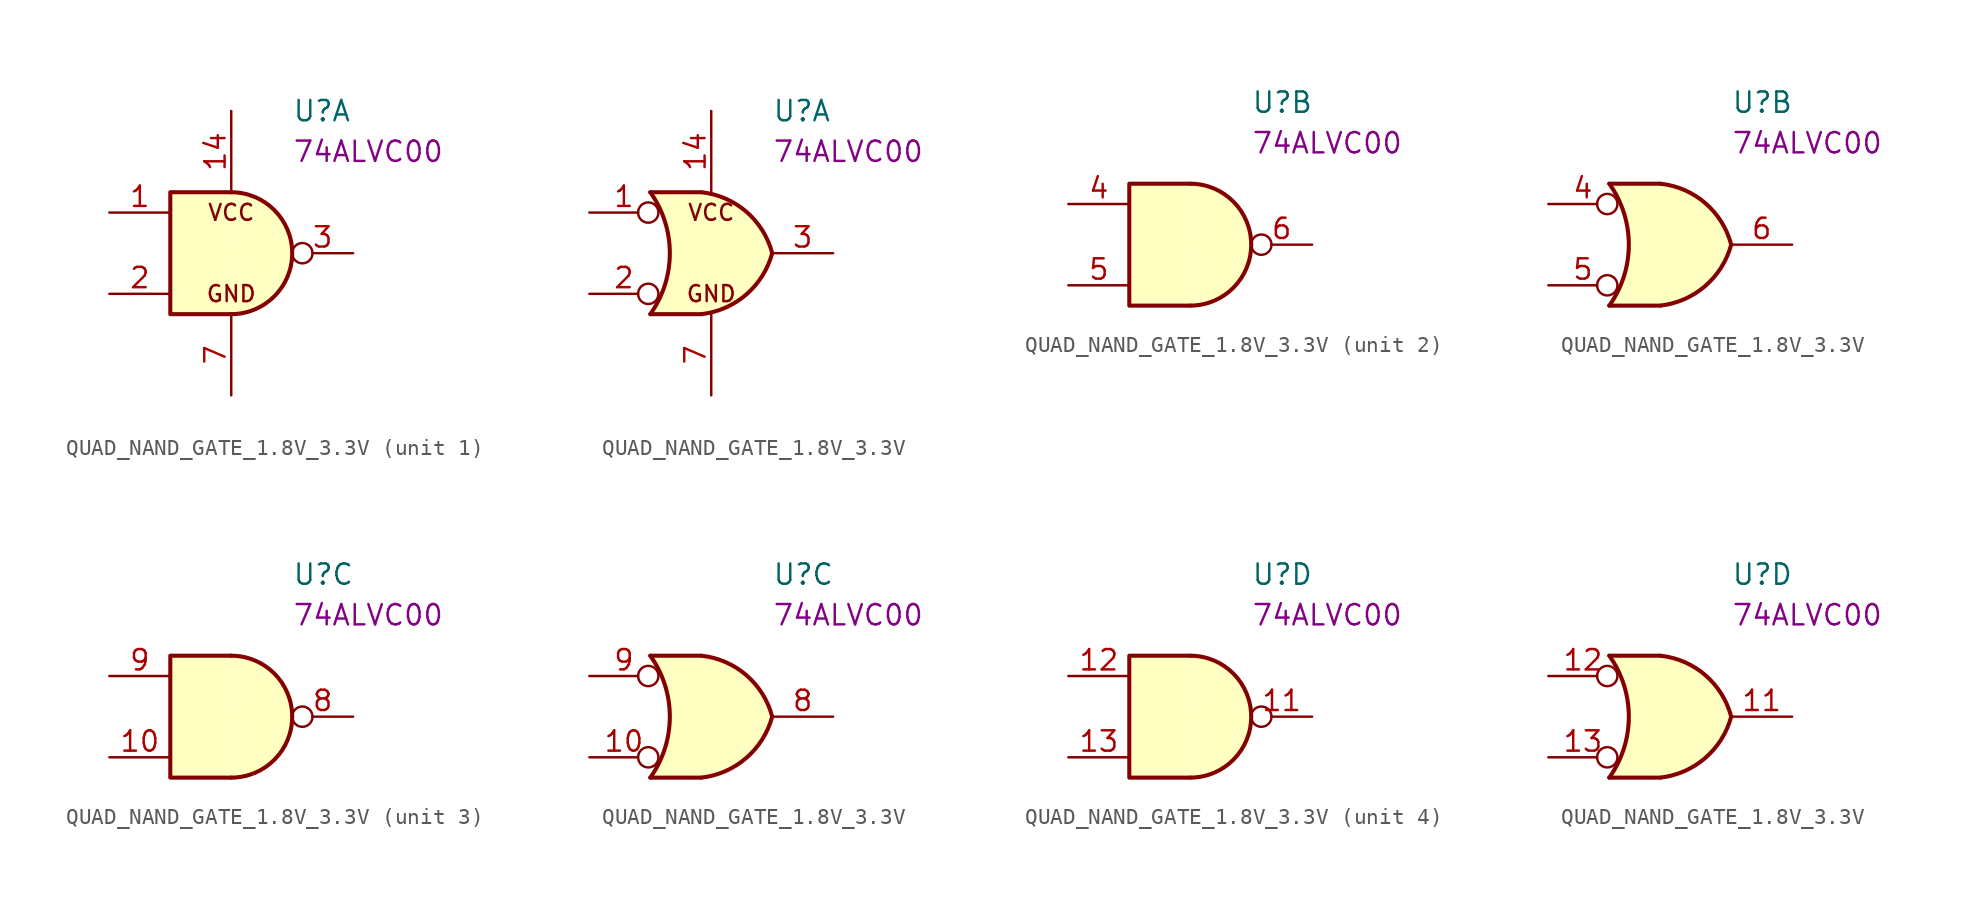
<source format=kicad_sym>
(kicad_symbol_lib
  (version 20211014)
  (generator kicad_symbol_editor)
  (symbol "QUAD_NAND_GATE_1.8V_3.3V"
    (pin_names
      (offset 1.016))
    (property "Reference" "U"
      (at 3.81 8.89 0)
      (effects (font (size 1.27 1.27)) (justify left)))
    (property "Displayed Value" "74ALVC00"
      (at 3.81 6.35 0)
      (effects (font (size 1.27 1.27)) (justify left)))
    (property "ki_locked" ""
      (at 0 0 0)
      (effects (font (size 1.27 1.27))))
    (symbol "QUAD_NAND_GATE_1.8V_3.3V_1_0"
      (text "GND" (at 0 -2.54 0) (effects (font (size 1 1))))
      (text "VCC" (at 0 2.54 0) (effects (font (size 1 1))))
      (pin power_in line (at 0 8.89 270) (length 5.08) (name "~" (effects (font (size 1.27 1.27)))) (number "14" (effects (font (size 1.27 1.27)))))
      (pin power_in line (at 0 -8.89 90) (length 5.08) (name "~" (effects (font (size 1.27 1.27)))) (number "7" (effects (font (size 1.27 1.27))))))
    (symbol "QUAD_NAND_GATE_1.8V_3.3V_1_1"
      (arc (start 0 -3.81) (mid 3.81 0) (end 0 3.81) (stroke (width 0.254) (type default) (color 0 0 0 0)) (fill (type background)))
      (polyline (pts (xy 0 3.81) (xy -3.81 3.81) (xy -3.81 -3.81) (xy 0 -3.81)) (stroke (width 0.254) (type default) (color 0 0 0 0)) (fill (type background)))
      (pin input line (at -7.62 2.54 0) (length 3.81) (name "~" (effects (font (size 1.27 1.27)))) (number "1" (effects (font (size 1.27 1.27)))))
      (pin input line (at -7.62 -2.54 0) (length 3.81) (name "~" (effects (font (size 1.27 1.27)))) (number "2" (effects (font (size 1.27 1.27)))))
      (pin output inverted (at 7.62 0 180) (length 3.81) (name "~" (effects (font (size 1.27 1.27)))) (number "3" (effects (font (size 1.27 1.27))))))
    (symbol "QUAD_NAND_GATE_1.8V_3.3V_1_2"
      (arc (start -3.81 -3.81) (mid -2.589 0) (end -3.81 3.81) (stroke (width 0.254) (type default) (color 0 0 0 0)) (fill (type none)))
      (arc (start -0.6096 -3.81) (mid 2.1842 -2.5851) (end 3.81 0) (stroke (width 0.254) (type default) (color 0 0 0 0)) (fill (type background)))
      (polyline (pts (xy -3.81 -3.81) (xy -0.635 -3.81)) (stroke (width 0.254) (type default) (color 0 0 0 0)) (fill (type background)))
      (polyline (pts (xy -3.81 3.81) (xy -0.635 3.81)) (stroke (width 0.254) (type default) (color 0 0 0 0)) (fill (type background)))
      (polyline (pts (xy -0.635 3.81) (xy -3.81 3.81) (xy -3.81 3.81) (xy -3.556 3.404) (xy -3.023 2.261) (xy -2.692 1.041) (xy -2.616 -0.254) (xy -2.769 -1.499) (xy -3.175 -2.718) (xy -3.81 -3.81) (xy -3.81 -3.81) (xy -0.635 -3.81)) (stroke (width -25.4) (type default) (color 0 0 0 0)) (fill (type background)))
      (arc (start 3.81 0) (mid 2.1915 2.5936) (end -0.6096 3.81) (stroke (width 0.254) (type default) (color 0 0 0 0)) (fill (type background)))
      (pin input inverted (at -7.62 2.54 0) (length 4.318) (name "~" (effects (font (size 1.27 1.27)))) (number "1" (effects (font (size 1.27 1.27)))))
      (pin input inverted (at -7.62 -2.54 0) (length 4.318) (name "~" (effects (font (size 1.27 1.27)))) (number "2" (effects (font (size 1.27 1.27)))))
      (pin output line (at 7.62 0 180) (length 3.81) (name "~" (effects (font (size 1.27 1.27)))) (number "3" (effects (font (size 1.27 1.27))))))
    (symbol "QUAD_NAND_GATE_1.8V_3.3V_2_1"
      (arc (start 0 -3.81) (mid 3.81 0) (end 0 3.81) (stroke (width 0.254) (type default) (color 0 0 0 0)) (fill (type background)))
      (polyline (pts (xy 0 3.81) (xy -3.81 3.81) (xy -3.81 -3.81) (xy 0 -3.81)) (stroke (width 0.254) (type default) (color 0 0 0 0)) (fill (type background)))
      (pin input line (at -7.62 2.54 0) (length 3.81) (name "~" (effects (font (size 1.27 1.27)))) (number "4" (effects (font (size 1.27 1.27)))))
      (pin input line (at -7.62 -2.54 0) (length 3.81) (name "~" (effects (font (size 1.27 1.27)))) (number "5" (effects (font (size 1.27 1.27)))))
      (pin output inverted (at 7.62 0 180) (length 3.81) (name "~" (effects (font (size 1.27 1.27)))) (number "6" (effects (font (size 1.27 1.27))))))
    (symbol "QUAD_NAND_GATE_1.8V_3.3V_2_2"
      (arc (start -3.81 -3.81) (mid -2.589 0) (end -3.81 3.81) (stroke (width 0.254) (type default) (color 0 0 0 0)) (fill (type none)))
      (arc (start -0.6096 -3.81) (mid 2.1842 -2.5851) (end 3.81 0) (stroke (width 0.254) (type default) (color 0 0 0 0)) (fill (type background)))
      (polyline (pts (xy -3.81 -3.81) (xy -0.635 -3.81)) (stroke (width 0.254) (type default) (color 0 0 0 0)) (fill (type background)))
      (polyline (pts (xy -3.81 3.81) (xy -0.635 3.81)) (stroke (width 0.254) (type default) (color 0 0 0 0)) (fill (type background)))
      (polyline (pts (xy -0.635 3.81) (xy -3.81 3.81) (xy -3.81 3.81) (xy -3.556 3.404) (xy -3.023 2.261) (xy -2.692 1.041) (xy -2.616 -0.254) (xy -2.769 -1.499) (xy -3.175 -2.718) (xy -3.81 -3.81) (xy -3.81 -3.81) (xy -0.635 -3.81)) (stroke (width -25.4) (type default) (color 0 0 0 0)) (fill (type background)))
      (arc (start 3.81 0) (mid 2.1915 2.5936) (end -0.6096 3.81) (stroke (width 0.254) (type default) (color 0 0 0 0)) (fill (type background)))
      (pin input inverted (at -7.62 2.54 0) (length 4.318) (name "~" (effects (font (size 1.27 1.27)))) (number "4" (effects (font (size 1.27 1.27)))))
      (pin input inverted (at -7.62 -2.54 0) (length 4.318) (name "~" (effects (font (size 1.27 1.27)))) (number "5" (effects (font (size 1.27 1.27)))))
      (pin output line (at 7.62 0 180) (length 3.81) (name "~" (effects (font (size 1.27 1.27)))) (number "6" (effects (font (size 1.27 1.27))))))
    (symbol "QUAD_NAND_GATE_1.8V_3.3V_3_1"
      (arc (start 0 -3.81) (mid 3.81 0) (end 0 3.81) (stroke (width 0.254) (type default) (color 0 0 0 0)) (fill (type background)))
      (polyline (pts (xy 0 3.81) (xy -3.81 3.81) (xy -3.81 -3.81) (xy 0 -3.81)) (stroke (width 0.254) (type default) (color 0 0 0 0)) (fill (type background)))
      (pin input line (at -7.62 -2.54 0) (length 3.81) (name "~" (effects (font (size 1.27 1.27)))) (number "10" (effects (font (size 1.27 1.27)))))
      (pin output inverted (at 7.62 0 180) (length 3.81) (name "~" (effects (font (size 1.27 1.27)))) (number "8" (effects (font (size 1.27 1.27)))))
      (pin input line (at -7.62 2.54 0) (length 3.81) (name "~" (effects (font (size 1.27 1.27)))) (number "9" (effects (font (size 1.27 1.27))))))
    (symbol "QUAD_NAND_GATE_1.8V_3.3V_3_2"
      (arc (start -3.81 -3.81) (mid -2.589 0) (end -3.81 3.81) (stroke (width 0.254) (type default) (color 0 0 0 0)) (fill (type none)))
      (arc (start -0.6096 -3.81) (mid 2.1842 -2.5851) (end 3.81 0) (stroke (width 0.254) (type default) (color 0 0 0 0)) (fill (type background)))
      (polyline (pts (xy -3.81 -3.81) (xy -0.635 -3.81)) (stroke (width 0.254) (type default) (color 0 0 0 0)) (fill (type background)))
      (polyline (pts (xy -3.81 3.81) (xy -0.635 3.81)) (stroke (width 0.254) (type default) (color 0 0 0 0)) (fill (type background)))
      (polyline (pts (xy -0.635 3.81) (xy -3.81 3.81) (xy -3.81 3.81) (xy -3.556 3.404) (xy -3.023 2.261) (xy -2.692 1.041) (xy -2.616 -0.254) (xy -2.769 -1.499) (xy -3.175 -2.718) (xy -3.81 -3.81) (xy -3.81 -3.81) (xy -0.635 -3.81)) (stroke (width -25.4) (type default) (color 0 0 0 0)) (fill (type background)))
      (arc (start 3.81 0) (mid 2.1915 2.5936) (end -0.6096 3.81) (stroke (width 0.254) (type default) (color 0 0 0 0)) (fill (type background)))
      (pin input inverted (at -7.62 -2.54 0) (length 4.318) (name "~" (effects (font (size 1.27 1.27)))) (number "10" (effects (font (size 1.27 1.27)))))
      (pin output line (at 7.62 0 180) (length 3.81) (name "~" (effects (font (size 1.27 1.27)))) (number "8" (effects (font (size 1.27 1.27)))))
      (pin input inverted (at -7.62 2.54 0) (length 4.318) (name "~" (effects (font (size 1.27 1.27)))) (number "9" (effects (font (size 1.27 1.27))))))
    (symbol "QUAD_NAND_GATE_1.8V_3.3V_4_1"
      (arc (start 0 -3.81) (mid 3.81 0) (end 0 3.81) (stroke (width 0.254) (type default) (color 0 0 0 0)) (fill (type background)))
      (polyline (pts (xy 0 3.81) (xy -3.81 3.81) (xy -3.81 -3.81) (xy 0 -3.81)) (stroke (width 0.254) (type default) (color 0 0 0 0)) (fill (type background)))
      (pin output inverted (at 7.62 0 180) (length 3.81) (name "~" (effects (font (size 1.27 1.27)))) (number "11" (effects (font (size 1.27 1.27)))))
      (pin input line (at -7.62 2.54 0) (length 3.81) (name "~" (effects (font (size 1.27 1.27)))) (number "12" (effects (font (size 1.27 1.27)))))
      (pin input line (at -7.62 -2.54 0) (length 3.81) (name "~" (effects (font (size 1.27 1.27)))) (number "13" (effects (font (size 1.27 1.27))))))
    (symbol "QUAD_NAND_GATE_1.8V_3.3V_4_2"
      (arc (start -3.81 -3.81) (mid -2.589 0) (end -3.81 3.81) (stroke (width 0.254) (type default) (color 0 0 0 0)) (fill (type none)))
      (arc (start -0.6096 -3.81) (mid 2.1842 -2.5851) (end 3.81 0) (stroke (width 0.254) (type default) (color 0 0 0 0)) (fill (type background)))
      (polyline (pts (xy -3.81 -3.81) (xy -0.635 -3.81)) (stroke (width 0.254) (type default) (color 0 0 0 0)) (fill (type background)))
      (polyline (pts (xy -3.81 3.81) (xy -0.635 3.81)) (stroke (width 0.254) (type default) (color 0 0 0 0)) (fill (type background)))
      (polyline (pts (xy -0.635 3.81) (xy -3.81 3.81) (xy -3.81 3.81) (xy -3.556 3.404) (xy -3.023 2.261) (xy -2.692 1.041) (xy -2.616 -0.254) (xy -2.769 -1.499) (xy -3.175 -2.718) (xy -3.81 -3.81) (xy -3.81 -3.81) (xy -0.635 -3.81)) (stroke (width -25.4) (type default) (color 0 0 0 0)) (fill (type background)))
      (arc (start 3.81 0) (mid 2.1915 2.5936) (end -0.6096 3.81) (stroke (width 0.254) (type default) (color 0 0 0 0)) (fill (type background)))
      (pin output line (at 7.62 0 180) (length 3.81) (name "~" (effects (font (size 1.27 1.27)))) (number "11" (effects (font (size 1.27 1.27)))))
      (pin input inverted (at -7.62 2.54 0) (length 4.318) (name "~" (effects (font (size 1.27 1.27)))) (number "12" (effects (font (size 1.27 1.27)))))
      (pin input inverted (at -7.62 -2.54 0) (length 4.318) (name "~" (effects (font (size 1.27 1.27)))) (number "13" (effects (font (size 1.27 1.27))))))))
</source>
